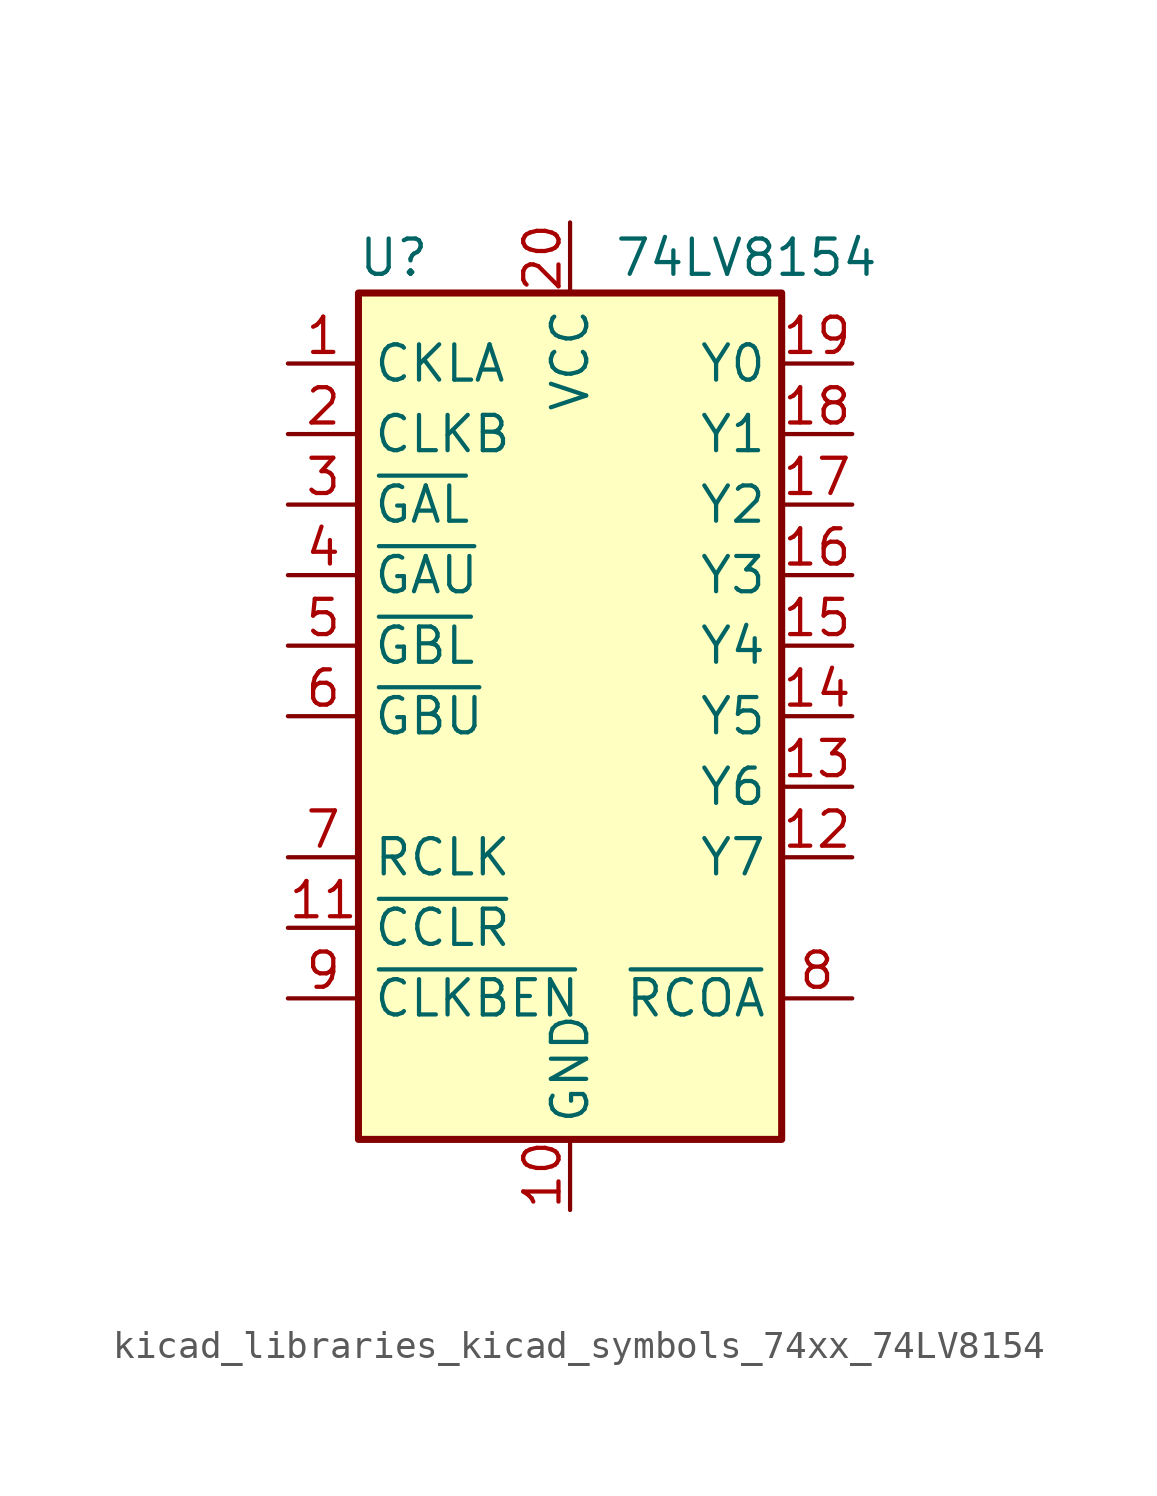
<source format=kicad_sym>
(kicad_symbol_lib
  (version 20220914)
  (generator kicad_symbol_editor)
  (symbol "kicad_libraries_kicad_symbols_74xx_74LV8154"
    (property "Reference" "U"
      (at -6.35 16.51 0)
      (effects (font (size 1.27 1.27))))
    (property "Value" "74LV8154"
      (at 6.35 16.51 0)
      (effects (font (size 1.27 1.27))))
    (symbol "kicad_libraries_kicad_symbols_74xx_74LV8154_0_1"
      (rectangle (start -7.62 15.24) (end 7.62 -15.24) (stroke (width 0.254) (type default)) (fill (type background))))
    (symbol "kicad_libraries_kicad_symbols_74xx_74LV8154_1_1"
      (pin input line (at -10.16 12.7 0) (length 2.54) (name "CKLA" (effects (font (size 1.27 1.27)))) (number "1" (effects (font (size 1.27 1.27)))))
      (pin power_in line (at 0 -17.78 90) (length 2.54) (name "GND" (effects (font (size 1.27 1.27)))) (number "10" (effects (font (size 1.27 1.27)))))
      (pin input line (at -10.16 -7.62 0) (length 2.54) (name "~{CCLR}" (effects (font (size 1.27 1.27)))) (number "11" (effects (font (size 1.27 1.27)))))
      (pin output line (at 10.16 -5.08 180) (length 2.54) (name "Y7" (effects (font (size 1.27 1.27)))) (number "12" (effects (font (size 1.27 1.27)))))
      (pin output line (at 10.16 -2.54 180) (length 2.54) (name "Y6" (effects (font (size 1.27 1.27)))) (number "13" (effects (font (size 1.27 1.27)))))
      (pin output line (at 10.16 0 180) (length 2.54) (name "Y5" (effects (font (size 1.27 1.27)))) (number "14" (effects (font (size 1.27 1.27)))))
      (pin output line (at 10.16 2.54 180) (length 2.54) (name "Y4" (effects (font (size 1.27 1.27)))) (number "15" (effects (font (size 1.27 1.27)))))
      (pin output line (at 10.16 5.08 180) (length 2.54) (name "Y3" (effects (font (size 1.27 1.27)))) (number "16" (effects (font (size 1.27 1.27)))))
      (pin output line (at 10.16 7.62 180) (length 2.54) (name "Y2" (effects (font (size 1.27 1.27)))) (number "17" (effects (font (size 1.27 1.27)))))
      (pin output line (at 10.16 10.16 180) (length 2.54) (name "Y1" (effects (font (size 1.27 1.27)))) (number "18" (effects (font (size 1.27 1.27)))))
      (pin output line (at 10.16 12.7 180) (length 2.54) (name "Y0" (effects (font (size 1.27 1.27)))) (number "19" (effects (font (size 1.27 1.27)))))
      (pin input line (at -10.16 10.16 0) (length 2.54) (name "CLKB" (effects (font (size 1.27 1.27)))) (number "2" (effects (font (size 1.27 1.27)))))
      (pin power_in line (at 0 17.78 270) (length 2.54) (name "VCC" (effects (font (size 1.27 1.27)))) (number "20" (effects (font (size 1.27 1.27)))))
      (pin input line (at -10.16 7.62 0) (length 2.54) (name "~{GAL}" (effects (font (size 1.27 1.27)))) (number "3" (effects (font (size 1.27 1.27)))))
      (pin input line (at -10.16 5.08 0) (length 2.54) (name "~{GAU}" (effects (font (size 1.27 1.27)))) (number "4" (effects (font (size 1.27 1.27)))))
      (pin input line (at -10.16 2.54 0) (length 2.54) (name "~{GBL}" (effects (font (size 1.27 1.27)))) (number "5" (effects (font (size 1.27 1.27)))))
      (pin input line (at -10.16 0 0) (length 2.54) (name "~{GBU}" (effects (font (size 1.27 1.27)))) (number "6" (effects (font (size 1.27 1.27)))))
      (pin input line (at -10.16 -5.08 0) (length 2.54) (name "RCLK" (effects (font (size 1.27 1.27)))) (number "7" (effects (font (size 1.27 1.27)))))
      (pin output line (at 10.16 -10.16 180) (length 2.54) (name "~{RCOA}" (effects (font (size 1.27 1.27)))) (number "8" (effects (font (size 1.27 1.27)))))
      (pin input line (at -10.16 -10.16 0) (length 2.54) (name "~{CLKBEN}" (effects (font (size 1.27 1.27)))) (number "9" (effects (font (size 1.27 1.27))))))))
</source>
